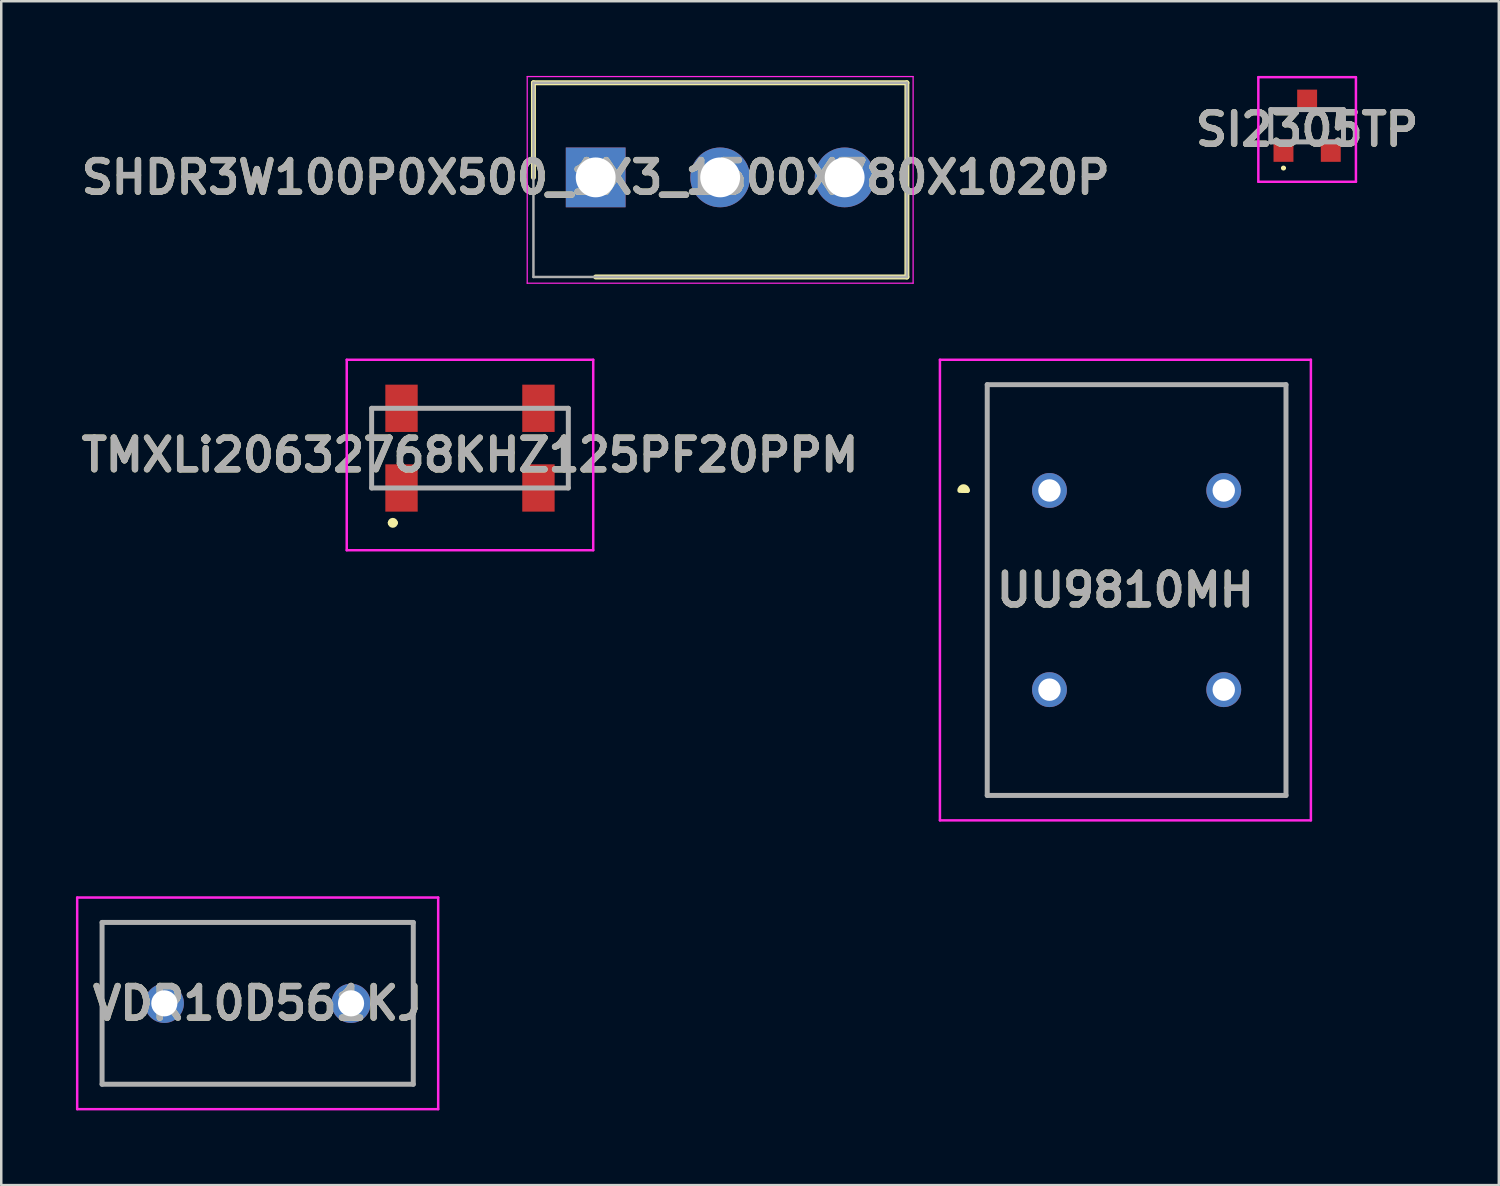
<source format=kicad_pcb>
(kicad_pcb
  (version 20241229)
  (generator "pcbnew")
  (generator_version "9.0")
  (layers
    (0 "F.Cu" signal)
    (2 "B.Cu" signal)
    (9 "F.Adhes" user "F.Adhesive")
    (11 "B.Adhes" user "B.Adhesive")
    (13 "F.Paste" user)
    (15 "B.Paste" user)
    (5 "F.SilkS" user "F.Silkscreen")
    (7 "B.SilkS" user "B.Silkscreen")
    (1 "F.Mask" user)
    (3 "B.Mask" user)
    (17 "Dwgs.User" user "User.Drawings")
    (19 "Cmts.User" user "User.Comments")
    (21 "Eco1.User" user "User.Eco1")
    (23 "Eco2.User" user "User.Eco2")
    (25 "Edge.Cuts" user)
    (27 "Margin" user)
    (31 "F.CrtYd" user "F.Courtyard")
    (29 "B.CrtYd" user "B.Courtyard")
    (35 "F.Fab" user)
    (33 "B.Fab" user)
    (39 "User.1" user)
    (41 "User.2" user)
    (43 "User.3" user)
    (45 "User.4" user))
  (footprint "SI2305TP"
    (layer "F.Cu")
    (at 49.452 2)
    (property "Reference" "SI2305TP" (at 0 0.15 0) (layer "F.SilkS") (effects (font (size 1.27 1.27) (thickness 0.254))))
    (attr smd)
    (fp_line (start -1.46 -0.65) (end -0.6 -0.65) (stroke (width 0.1) (type solid)) (layer "F.SilkS"))
    (fp_line (start -1.46 0.4) (end -1.46 -0.65) (stroke (width 0.1) (type solid)) (layer "F.SilkS"))
    (fp_line (start -1 1.7) (end -1 1.7) (stroke (width 0.1) (type solid)) (layer "F.SilkS"))
    (fp_line (start -0.9 1.7) (end -0.9 1.7) (stroke (width 0.1) (type solid)) (layer "F.SilkS"))
    (fp_line (start -0.4 0.65) (end 0.4 0.65) (stroke (width 0.1) (type solid)) (layer "F.SilkS"))
    (fp_line (start 0.6 -0.65) (end 1.46 -0.65) (stroke (width 0.1) (type solid)) (layer "F.SilkS"))
    (fp_line (start 1.46 -0.65) (end 1.46 0.4) (stroke (width 0.1) (type solid)) (layer "F.SilkS"))
    (fp_arc (start -1 1.7) (mid -0.95 1.65) (end -0.9 1.7) (stroke (width 0.1) (type solid)) (layer "F.SilkS"))
    (fp_arc (start -0.9 1.7) (mid -0.95 1.75) (end -1 1.7) (stroke (width 0.1) (type solid)) (layer "F.SilkS"))
    (fp_line (start -1.96 -1.95) (end 1.96 -1.95) (stroke (width 0.1) (type solid)) (layer "F.CrtYd"))
    (fp_line (start -1.96 2.25) (end -1.96 -1.95) (stroke (width 0.1) (type solid)) (layer "F.CrtYd"))
    (fp_line (start 1.96 -1.95) (end 1.96 2.25) (stroke (width 0.1) (type solid)) (layer "F.CrtYd"))
    (fp_line (start 1.96 2.25) (end -1.96 2.25) (stroke (width 0.1) (type solid)) (layer "F.CrtYd"))
    (fp_line (start -1.46 -0.65) (end 1.46 -0.65) (stroke (width 0.2) (type solid)) (layer "F.Fab"))
    (fp_line (start -1.46 0.65) (end -1.46 -0.65) (stroke (width 0.2) (type solid)) (layer "F.Fab"))
    (fp_line (start 1.46 -0.65) (end 1.46 0.65) (stroke (width 0.2) (type solid)) (layer "F.Fab"))
    (fp_line (start 1.46 0.65) (end -1.46 0.65) (stroke (width 0.2) (type solid)) (layer "F.Fab"))
    (fp_text user "${REFERENCE}" (at 0 0.15 0) (layer "F.Fab") (effects (font (size 1.27 1.27) (thickness 0.254))))
    (pad "1" smd rect (at -0.95 1) (size 0.8 0.9) (layers "F.Cu" "F.Mask" "F.Paste"))
    (pad "2" smd rect (at 0.95 1) (size 0.8 0.9) (layers "F.Cu" "F.Mask" "F.Paste"))
    (pad "3" smd rect (at 0 -1) (size 0.8 0.9) (layers "F.Cu" "F.Mask" "F.Paste")))
  (footprint "TMXLi20632768KHZ125PF20PPM"
    (layer "F.Cu")
    (at 15.827 14.95)
    (property "Reference" "TMXLi20632768KHZ125PF20PPM" (at 0 0.275 0) (layer "F.SilkS") (effects (font (size 1.27 1.27) (thickness 0.254))))
    (attr smd)
    (fp_line (start -3.95 -1.5) (end -3.95 1.5) (stroke (width 0.1) (type solid)) (layer "F.SilkS"))
    (fp_line (start -3.2 3) (end -3.2 3) (stroke (width 0.2) (type solid)) (layer "F.SilkS"))
    (fp_line (start -3 3) (end -3 3) (stroke (width 0.2) (type solid)) (layer "F.SilkS"))
    (fp_line (start -2 -1.6) (end 2 -1.6) (stroke (width 0.1) (type solid)) (layer "F.SilkS"))
    (fp_line (start -2 1.6) (end 1.5 1.6) (stroke (width 0.1) (type solid)) (layer "F.SilkS"))
    (fp_line (start 3.95 -1.6) (end 3.95 1.5) (stroke (width 0.1) (type solid)) (layer "F.SilkS"))
    (fp_arc (start -3.2 3) (mid -3.1 2.9) (end -3 3) (stroke (width 0.2) (type solid)) (layer "F.SilkS"))
    (fp_arc (start -3 3) (mid -3.1 3.1) (end -3.2 3) (stroke (width 0.2) (type solid)) (layer "F.SilkS"))
    (fp_line (start -4.95 -3.55) (end 4.95 -3.55) (stroke (width 0.1) (type solid)) (layer "F.CrtYd"))
    (fp_line (start -4.95 4.1) (end -4.95 -3.55) (stroke (width 0.1) (type solid)) (layer "F.CrtYd"))
    (fp_line (start 4.95 -3.55) (end 4.95 4.1) (stroke (width 0.1) (type solid)) (layer "F.CrtYd"))
    (fp_line (start 4.95 4.1) (end -4.95 4.1) (stroke (width 0.1) (type solid)) (layer "F.CrtYd"))
    (fp_line (start -3.95 -1.6) (end 3.95 -1.6) (stroke (width 0.2) (type solid)) (layer "F.Fab"))
    (fp_line (start -3.95 1.6) (end -3.95 -1.6) (stroke (width 0.2) (type solid)) (layer "F.Fab"))
    (fp_line (start 3.95 -1.6) (end 3.95 1.6) (stroke (width 0.2) (type solid)) (layer "F.Fab"))
    (fp_line (start 3.95 1.6) (end -3.95 1.6) (stroke (width 0.2) (type solid)) (layer "F.Fab"))
    (fp_text user "${REFERENCE}" (at 0 0.275 0) (layer "F.Fab") (effects (font (size 1.27 1.27) (thickness 0.254))))
    (pad "1" smd rect (at -2.75 1.6) (size 1.3 1.9) (layers "F.Cu" "F.Mask" "F.Paste"))
    (pad "2" smd rect (at 2.75 1.6) (size 1.3 1.9) (layers "F.Cu" "F.Mask" "F.Paste"))
    (pad "3" smd rect (at 2.75 -1.6) (size 1.3 1.9) (layers "F.Cu" "F.Mask" "F.Paste"))
    (pad "4" smd rect (at -2.75 -1.6) (size 1.3 1.9) (layers "F.Cu" "F.Mask" "F.Paste")))
  (footprint "SHDR3W100P0X500_1X3_1500X780X1020P"
    (layer "F.Cu")
    (at 20.876 4.075)
    (property "Reference" "SHDR3W100P0X500_1X3_1500X780X1020P" (at 0 0 0) (layer "F.SilkS") (effects (font (size 1.27 1.27) (thickness 0.254))))
    (attr through_hole)
    (fp_line (start -2.5 -3.8) (end -2.5 0) (stroke (width 0.2) (type solid)) (layer "F.SilkS"))
    (fp_line (start 0 4) (end 12.5 4) (stroke (width 0.2) (type solid)) (layer "F.SilkS"))
    (fp_line (start 12.5 -3.8) (end -2.5 -3.8) (stroke (width 0.2) (type solid)) (layer "F.SilkS"))
    (fp_line (start 12.5 4) (end 12.5 -3.8) (stroke (width 0.2) (type solid)) (layer "F.SilkS"))
    (fp_line (start -2.75 -4.05) (end 12.75 -4.05) (stroke (width 0.05) (type solid)) (layer "F.CrtYd"))
    (fp_line (start -2.75 4.25) (end -2.75 -4.05) (stroke (width 0.05) (type solid)) (layer "F.CrtYd"))
    (fp_line (start 12.75 -4.05) (end 12.75 4.25) (stroke (width 0.05) (type solid)) (layer "F.CrtYd"))
    (fp_line (start 12.75 4.25) (end -2.75 4.25) (stroke (width 0.05) (type solid)) (layer "F.CrtYd"))
    (fp_line (start -2.5 -3.8) (end 12.5 -3.8) (stroke (width 0.1) (type solid)) (layer "F.Fab"))
    (fp_line (start -2.5 4) (end -2.5 -3.8) (stroke (width 0.1) (type solid)) (layer "F.Fab"))
    (fp_line (start 12.5 -3.8) (end 12.5 4) (stroke (width 0.1) (type solid)) (layer "F.Fab"))
    (fp_line (start 12.5 4) (end -2.5 4) (stroke (width 0.1) (type solid)) (layer "F.Fab"))
    (fp_text user "${REFERENCE}" (at 0 0 0) (layer "F.Fab") (effects (font (size 1.27 1.27) (thickness 0.254))))
    (pad "1" thru_hole rect (at 0 0) (size 2.4 2.4) (drill 1.6) (layers "*.Cu" "*.Mask"))
    (pad "2" thru_hole circle (at 5 0) (size 2.4 2.4) (drill 1.6) (layers "*.Cu" "*.Mask"))
    (pad "3" thru_hole circle (at 10 0) (size 2.4 2.4) (drill 1.6) (layers "*.Cu" "*.Mask")))
  (footprint "UU9810MH"
    (layer "F.Cu")
    (at 39.103 16.65)
    (property "Reference" "UU9810MH" (at 3.05 4 0) (layer "F.SilkS") (effects (font (size 1.27 1.27) (thickness 0.254))))
    (attr through_hole)
    (fp_line (start -3.4 0) (end -3.4 0) (stroke (width 0.2) (type solid)) (layer "F.SilkS"))
    (fp_line (start -3.4 0) (end -3.4 0) (stroke (width 0.2) (type solid)) (layer "F.SilkS"))
    (fp_line (start -3.3 0) (end -3.3 0) (stroke (width 0.2) (type solid)) (layer "F.SilkS"))
    (fp_line (start -2.5 -4.25) (end -2.5 12.25) (stroke (width 0.1) (type solid)) (layer "F.SilkS"))
    (fp_line (start -2.5 12.25) (end 9.5 12.25) (stroke (width 0.1) (type solid)) (layer "F.SilkS"))
    (fp_line (start 9.5 -4.25) (end -2.5 -4.25) (stroke (width 0.1) (type solid)) (layer "F.SilkS"))
    (fp_line (start 9.5 12.25) (end 9.5 -4.25) (stroke (width 0.1) (type solid)) (layer "F.SilkS"))
    (fp_arc (start -3.6 0) (mid -3.45 -0.15) (end -3.3 0) (stroke (width 0.2) (type solid)) (layer "F.SilkS"))
    (fp_arc (start -3.5 0) (mid -3.45 -0.05) (end -3.4 0) (stroke (width 0.2) (type solid)) (layer "F.SilkS"))
    (fp_arc (start -3.5 0) (mid -3.45 -0.05) (end -3.4 0) (stroke (width 0.2) (type solid)) (layer "F.SilkS"))
    (fp_line (start -4.4 -5.25) (end -4.4 13.25) (stroke (width 0.1) (type solid)) (layer "F.CrtYd"))
    (fp_line (start -4.4 13.25) (end 10.5 13.25) (stroke (width 0.1) (type solid)) (layer "F.CrtYd"))
    (fp_line (start 10.5 -5.25) (end -4.4 -5.25) (stroke (width 0.1) (type solid)) (layer "F.CrtYd"))
    (fp_line (start 10.5 13.25) (end 10.5 -5.25) (stroke (width 0.1) (type solid)) (layer "F.CrtYd"))
    (fp_line (start -2.5 -4.25) (end 9.5 -4.25) (stroke (width 0.2) (type solid)) (layer "F.Fab"))
    (fp_line (start -2.5 12.25) (end -2.5 -4.25) (stroke (width 0.2) (type solid)) (layer "F.Fab"))
    (fp_line (start 9.5 -4.25) (end 9.5 12.25) (stroke (width 0.2) (type solid)) (layer "F.Fab"))
    (fp_line (start 9.5 12.25) (end -2.5 12.25) (stroke (width 0.2) (type solid)) (layer "F.Fab"))
    (fp_text user "${REFERENCE}" (at 3.05 4 0) (layer "F.Fab") (effects (font (size 1.27 1.27) (thickness 0.254))))
    (pad "1" thru_hole circle (at 0 0) (size 1.4 1.4) (drill 0.9) (layers "*.Cu" "*.Mask"))
    (pad "2" thru_hole circle (at 7 0) (size 1.4 1.4) (drill 0.9) (layers "*.Cu" "*.Mask"))
    (pad "3" thru_hole circle (at 0 8) (size 1.4 1.4) (drill 0.9) (layers "*.Cu" "*.Mask"))
    (pad "4" thru_hole circle (at 7 8) (size 1.4 1.4) (drill 0.9) (layers "*.Cu" "*.Mask")))
  (footprint "VDR10D561KJ"
    (layer "F.Cu")
    (at 3.55 37.25)
    (property "Reference" "VDR10D561KJ" (at 3.75 0 0) (layer "F.SilkS") (effects (font (size 1.27 1.27) (thickness 0.254))))
    (attr through_hole)
    (fp_line (start -2.5 -3.25) (end 10 -3.25) (stroke (width 0.1) (type solid)) (layer "F.SilkS"))
    (fp_line (start -2.5 3.25) (end -2.5 -3.25) (stroke (width 0.1) (type solid)) (layer "F.SilkS"))
    (fp_line (start 10 -3.25) (end 10 3.25) (stroke (width 0.1) (type solid)) (layer "F.SilkS"))
    (fp_line (start 10 3.25) (end -2.5 3.25) (stroke (width 0.1) (type solid)) (layer "F.SilkS"))
    (fp_line (start -3.5 -4.25) (end 11 -4.25) (stroke (width 0.1) (type solid)) (layer "F.CrtYd"))
    (fp_line (start -3.5 4.25) (end -3.5 -4.25) (stroke (width 0.1) (type solid)) (layer "F.CrtYd"))
    (fp_line (start 11 -4.25) (end 11 4.25) (stroke (width 0.1) (type solid)) (layer "F.CrtYd"))
    (fp_line (start 11 4.25) (end -3.5 4.25) (stroke (width 0.1) (type solid)) (layer "F.CrtYd"))
    (fp_line (start -2.5 -3.25) (end 10 -3.25) (stroke (width 0.2) (type solid)) (layer "F.Fab"))
    (fp_line (start -2.5 3.25) (end -2.5 -3.25) (stroke (width 0.2) (type solid)) (layer "F.Fab"))
    (fp_line (start 10 -3.25) (end 10 3.25) (stroke (width 0.2) (type solid)) (layer "F.Fab"))
    (fp_line (start 10 3.25) (end -2.5 3.25) (stroke (width 0.2) (type solid)) (layer "F.Fab"))
    (fp_text user "${REFERENCE}" (at 3.75 0 0) (layer "F.Fab") (effects (font (size 1.27 1.27) (thickness 0.254))))
    (pad "1" thru_hole circle (at 0 0) (size 1.575 1.575) (drill 1.05) (layers "*.Cu" "*.Mask"))
    (pad "2" thru_hole circle (at 7.5 0) (size 1.575 1.575) (drill 1.05) (layers "*.Cu" "*.Mask")))
  (gr_rect
    (start -3 -3)
    (end 57.151 44.55)
    (stroke (width 0.1) (type default))
    (fill no)
    (layer "Edge.Cuts")))
</source>
